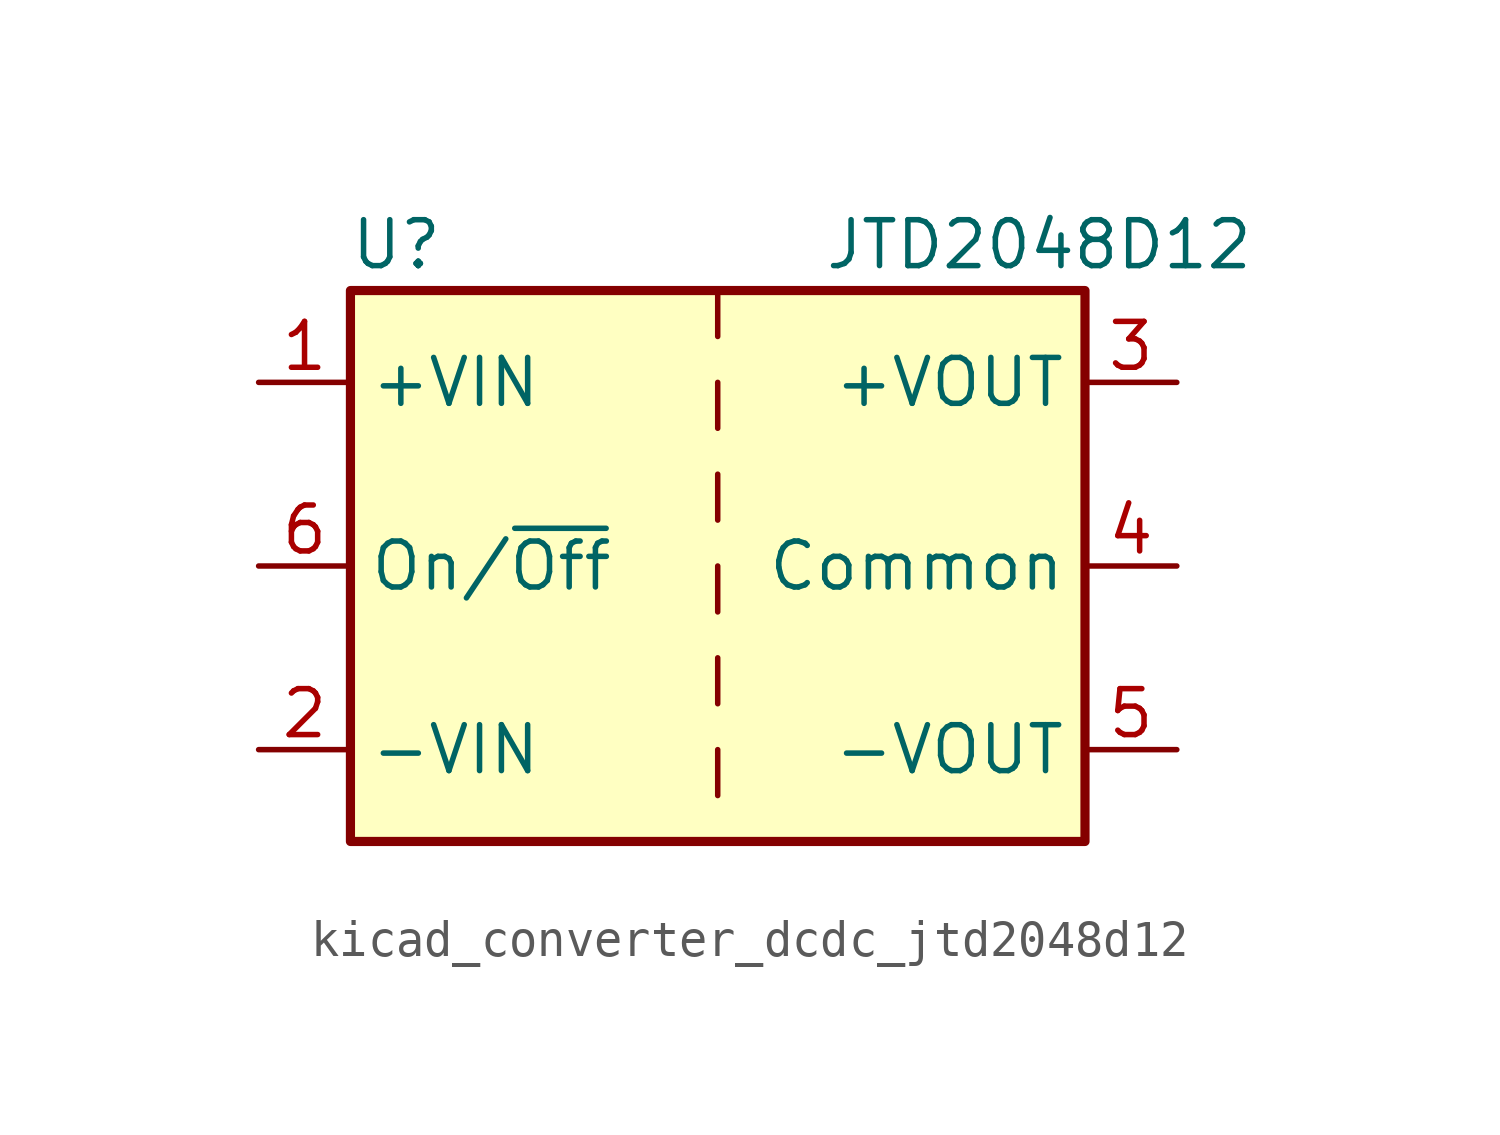
<source format=kicad_sym>
(kicad_symbol_lib
  (version 20220914)
  (generator kicad_symbol_editor)
  (symbol "kicad_converter_dcdc_jtd2048d12"
    (property "Reference" "U"
      (at -8.89 8.89 0)
      (effects (font (size 1.27 1.27))))
    (property "Value" "JTD2048D12"
      (at 8.89 8.89 0)
      (effects (font (size 1.27 1.27))))
    (symbol "kicad_converter_dcdc_jtd2048d12_0_1"
      (rectangle (start -10.16 7.62) (end 10.16 -7.62) (stroke (width 0.254) (type default)) (fill (type background)))
      (polyline (pts (xy 0 -5.08) (xy 0 -6.35)) (stroke (width 0) (type default)) (fill (type none)))
      (polyline (pts (xy 0 -2.54) (xy 0 -3.81)) (stroke (width 0) (type default)) (fill (type none)))
      (polyline (pts (xy 0 0) (xy 0 -1.27)) (stroke (width 0) (type default)) (fill (type none)))
      (polyline (pts (xy 0 2.54) (xy 0 1.27)) (stroke (width 0) (type default)) (fill (type none)))
      (polyline (pts (xy 0 5.08) (xy 0 3.81)) (stroke (width 0) (type default)) (fill (type none)))
      (polyline (pts (xy 0 7.62) (xy 0 6.35)) (stroke (width 0) (type default)) (fill (type none))))
    (symbol "kicad_converter_dcdc_jtd2048d12_1_1"
      (pin power_in line (at -12.7 5.08 0) (length 2.54) (name "+VIN" (effects (font (size 1.27 1.27)))) (number "1" (effects (font (size 1.27 1.27)))))
      (pin power_in line (at -12.7 -5.08 0) (length 2.54) (name "-VIN" (effects (font (size 1.27 1.27)))) (number "2" (effects (font (size 1.27 1.27)))))
      (pin power_out line (at 12.7 5.08 180) (length 2.54) (name "+VOUT" (effects (font (size 1.27 1.27)))) (number "3" (effects (font (size 1.27 1.27)))))
      (pin power_out line (at 12.7 0 180) (length 2.54) (name "Common" (effects (font (size 1.27 1.27)))) (number "4" (effects (font (size 1.27 1.27)))))
      (pin power_out line (at 12.7 -5.08 180) (length 2.54) (name "-VOUT" (effects (font (size 1.27 1.27)))) (number "5" (effects (font (size 1.27 1.27)))))
      (pin input line (at -12.7 0 0) (length 2.54) (name "On/~{Off}" (effects (font (size 1.27 1.27)))) (number "6" (effects (font (size 1.27 1.27))))))))
</source>
